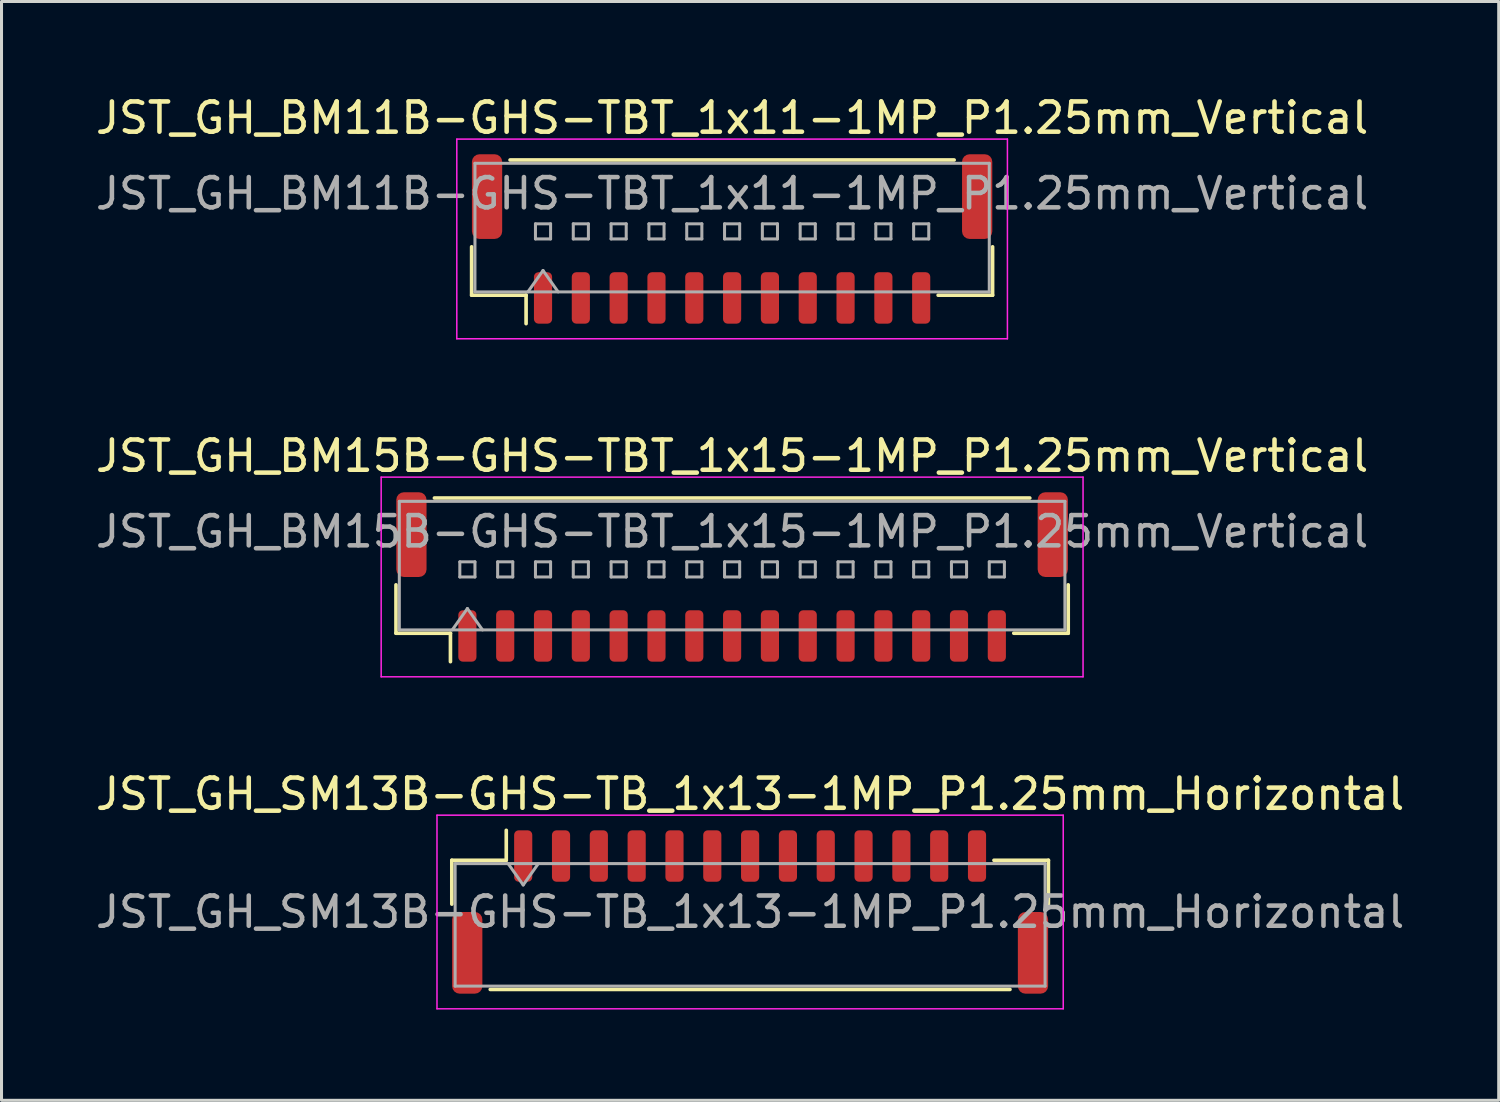
<source format=kicad_pcb>
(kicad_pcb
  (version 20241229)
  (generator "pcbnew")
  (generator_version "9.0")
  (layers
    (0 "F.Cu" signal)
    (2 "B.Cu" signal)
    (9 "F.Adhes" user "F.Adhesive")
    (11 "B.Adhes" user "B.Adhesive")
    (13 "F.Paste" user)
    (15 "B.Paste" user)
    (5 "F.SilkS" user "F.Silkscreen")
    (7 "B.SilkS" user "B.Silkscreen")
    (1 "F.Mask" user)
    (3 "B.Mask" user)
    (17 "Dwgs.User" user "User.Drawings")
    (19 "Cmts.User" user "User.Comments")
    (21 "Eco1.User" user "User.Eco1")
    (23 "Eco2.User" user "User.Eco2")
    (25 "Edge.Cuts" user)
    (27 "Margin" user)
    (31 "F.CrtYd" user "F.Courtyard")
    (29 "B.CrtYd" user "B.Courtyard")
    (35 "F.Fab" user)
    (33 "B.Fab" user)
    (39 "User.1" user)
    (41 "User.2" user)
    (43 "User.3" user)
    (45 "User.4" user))
  (footprint "JST_GH_BM11B-GHS-TBT_1x11-1MP_P1.25mm_Vertical"
    (layer "F.Cu")
    (at 21.149 4.848)
    (property "Reference" "JST_GH_BM11B-GHS-TBT_1x11-1MP_P1.25mm_Vertical" (at 0 -4 0) (layer "F.SilkS") (effects (font (size 1 1) (thickness 0.15))))
    (attr smd)
    (fp_line (start -8.61 0.26) (end -8.61 1.86) (stroke (width 0.12) (type solid)) (layer "F.SilkS"))
    (fp_line (start -8.61 1.86) (end -6.81 1.86) (stroke (width 0.12) (type solid)) (layer "F.SilkS"))
    (fp_line (start -7.34 -2.61) (end 7.34 -2.61) (stroke (width 0.12) (type solid)) (layer "F.SilkS"))
    (fp_line (start -6.81 1.86) (end -6.81 2.8) (stroke (width 0.12) (type solid)) (layer "F.SilkS"))
    (fp_line (start 8.61 0.26) (end 8.61 1.86) (stroke (width 0.12) (type solid)) (layer "F.SilkS"))
    (fp_line (start 8.61 1.86) (end 6.81 1.86) (stroke (width 0.12) (type solid)) (layer "F.SilkS"))
    (fp_line (start -9.1 -3.3) (end -9.1 3.3) (stroke (width 0.05) (type solid)) (layer "F.CrtYd"))
    (fp_line (start -9.1 3.3) (end 9.1 3.3) (stroke (width 0.05) (type solid)) (layer "F.CrtYd"))
    (fp_line (start 9.1 -3.3) (end -9.1 -3.3) (stroke (width 0.05) (type solid)) (layer "F.CrtYd"))
    (fp_line (start 9.1 3.3) (end 9.1 -3.3) (stroke (width 0.05) (type solid)) (layer "F.CrtYd"))
    (fp_line (start -8.5 -2.5) (end 8.5 -2.5) (stroke (width 0.1) (type solid)) (layer "F.Fab"))
    (fp_line (start -8.5 1.75) (end -8.5 -2.5) (stroke (width 0.1) (type solid)) (layer "F.Fab"))
    (fp_line (start -8.5 1.75) (end 8.5 1.75) (stroke (width 0.1) (type solid)) (layer "F.Fab"))
    (fp_line (start -6.75 1.75) (end -6.25 1.043) (stroke (width 0.1) (type solid)) (layer "F.Fab"))
    (fp_line (start -6.5 -0.5) (end -6.5 0) (stroke (width 0.1) (type solid)) (layer "F.Fab"))
    (fp_line (start -6.5 0) (end -6 0) (stroke (width 0.1) (type solid)) (layer "F.Fab"))
    (fp_line (start -6.25 1.043) (end -5.75 1.75) (stroke (width 0.1) (type solid)) (layer "F.Fab"))
    (fp_line (start -6 -0.5) (end -6.5 -0.5) (stroke (width 0.1) (type solid)) (layer "F.Fab"))
    (fp_line (start -6 0) (end -6 -0.5) (stroke (width 0.1) (type solid)) (layer "F.Fab"))
    (fp_line (start -5.25 -0.5) (end -5.25 0) (stroke (width 0.1) (type solid)) (layer "F.Fab"))
    (fp_line (start -5.25 0) (end -4.75 0) (stroke (width 0.1) (type solid)) (layer "F.Fab"))
    (fp_line (start -4.75 -0.5) (end -5.25 -0.5) (stroke (width 0.1) (type solid)) (layer "F.Fab"))
    (fp_line (start -4.75 0) (end -4.75 -0.5) (stroke (width 0.1) (type solid)) (layer "F.Fab"))
    (fp_line (start -4 -0.5) (end -4 0) (stroke (width 0.1) (type solid)) (layer "F.Fab"))
    (fp_line (start -4 0) (end -3.5 0) (stroke (width 0.1) (type solid)) (layer "F.Fab"))
    (fp_line (start -3.5 -0.5) (end -4 -0.5) (stroke (width 0.1) (type solid)) (layer "F.Fab"))
    (fp_line (start -3.5 0) (end -3.5 -0.5) (stroke (width 0.1) (type solid)) (layer "F.Fab"))
    (fp_line (start -2.75 -0.5) (end -2.75 0) (stroke (width 0.1) (type solid)) (layer "F.Fab"))
    (fp_line (start -2.75 0) (end -2.25 0) (stroke (width 0.1) (type solid)) (layer "F.Fab"))
    (fp_line (start -2.25 -0.5) (end -2.75 -0.5) (stroke (width 0.1) (type solid)) (layer "F.Fab"))
    (fp_line (start -2.25 0) (end -2.25 -0.5) (stroke (width 0.1) (type solid)) (layer "F.Fab"))
    (fp_line (start -1.5 -0.5) (end -1.5 0) (stroke (width 0.1) (type solid)) (layer "F.Fab"))
    (fp_line (start -1.5 0) (end -1 0) (stroke (width 0.1) (type solid)) (layer "F.Fab"))
    (fp_line (start -1 -0.5) (end -1.5 -0.5) (stroke (width 0.1) (type solid)) (layer "F.Fab"))
    (fp_line (start -1 0) (end -1 -0.5) (stroke (width 0.1) (type solid)) (layer "F.Fab"))
    (fp_line (start -0.25 -0.5) (end -0.25 0) (stroke (width 0.1) (type solid)) (layer "F.Fab"))
    (fp_line (start -0.25 0) (end 0.25 0) (stroke (width 0.1) (type solid)) (layer "F.Fab"))
    (fp_line (start 0.25 -0.5) (end -0.25 -0.5) (stroke (width 0.1) (type solid)) (layer "F.Fab"))
    (fp_line (start 0.25 0) (end 0.25 -0.5) (stroke (width 0.1) (type solid)) (layer "F.Fab"))
    (fp_line (start 1 -0.5) (end 1 0) (stroke (width 0.1) (type solid)) (layer "F.Fab"))
    (fp_line (start 1 0) (end 1.5 0) (stroke (width 0.1) (type solid)) (layer "F.Fab"))
    (fp_line (start 1.5 -0.5) (end 1 -0.5) (stroke (width 0.1) (type solid)) (layer "F.Fab"))
    (fp_line (start 1.5 0) (end 1.5 -0.5) (stroke (width 0.1) (type solid)) (layer "F.Fab"))
    (fp_line (start 2.25 -0.5) (end 2.25 0) (stroke (width 0.1) (type solid)) (layer "F.Fab"))
    (fp_line (start 2.25 0) (end 2.75 0) (stroke (width 0.1) (type solid)) (layer "F.Fab"))
    (fp_line (start 2.75 -0.5) (end 2.25 -0.5) (stroke (width 0.1) (type solid)) (layer "F.Fab"))
    (fp_line (start 2.75 0) (end 2.75 -0.5) (stroke (width 0.1) (type solid)) (layer "F.Fab"))
    (fp_line (start 3.5 -0.5) (end 3.5 0) (stroke (width 0.1) (type solid)) (layer "F.Fab"))
    (fp_line (start 3.5 0) (end 4 0) (stroke (width 0.1) (type solid)) (layer "F.Fab"))
    (fp_line (start 4 -0.5) (end 3.5 -0.5) (stroke (width 0.1) (type solid)) (layer "F.Fab"))
    (fp_line (start 4 0) (end 4 -0.5) (stroke (width 0.1) (type solid)) (layer "F.Fab"))
    (fp_line (start 4.75 -0.5) (end 4.75 0) (stroke (width 0.1) (type solid)) (layer "F.Fab"))
    (fp_line (start 4.75 0) (end 5.25 0) (stroke (width 0.1) (type solid)) (layer "F.Fab"))
    (fp_line (start 5.25 -0.5) (end 4.75 -0.5) (stroke (width 0.1) (type solid)) (layer "F.Fab"))
    (fp_line (start 5.25 0) (end 5.25 -0.5) (stroke (width 0.1) (type solid)) (layer "F.Fab"))
    (fp_line (start 6 -0.5) (end 6 0) (stroke (width 0.1) (type solid)) (layer "F.Fab"))
    (fp_line (start 6 0) (end 6.5 0) (stroke (width 0.1) (type solid)) (layer "F.Fab"))
    (fp_line (start 6.5 -0.5) (end 6 -0.5) (stroke (width 0.1) (type solid)) (layer "F.Fab"))
    (fp_line (start 6.5 0) (end 6.5 -0.5) (stroke (width 0.1) (type solid)) (layer "F.Fab"))
    (fp_line (start 8.5 1.75) (end 8.5 -2.5) (stroke (width 0.1) (type solid)) (layer "F.Fab"))
    (fp_text user "${REFERENCE}" (at 0 -1.5 0) (layer "F.Fab") (effects (font (size 1 1) (thickness 0.15))))
    (pad "1" smd roundrect (at -6.25 1.95) (size 0.6 1.7) (layers "F.Cu" "F.Mask" "F.Paste") (roundrect_rratio 0.25))
    (pad "2" smd roundrect (at -5 1.95) (size 0.6 1.7) (layers "F.Cu" "F.Mask" "F.Paste") (roundrect_rratio 0.25))
    (pad "3" smd roundrect (at -3.75 1.95) (size 0.6 1.7) (layers "F.Cu" "F.Mask" "F.Paste") (roundrect_rratio 0.25))
    (pad "4" smd roundrect (at -2.5 1.95) (size 0.6 1.7) (layers "F.Cu" "F.Mask" "F.Paste") (roundrect_rratio 0.25))
    (pad "5" smd roundrect (at -1.25 1.95) (size 0.6 1.7) (layers "F.Cu" "F.Mask" "F.Paste") (roundrect_rratio 0.25))
    (pad "6" smd roundrect (at 0 1.95) (size 0.6 1.7) (layers "F.Cu" "F.Mask" "F.Paste") (roundrect_rratio 0.25))
    (pad "7" smd roundrect (at 1.25 1.95) (size 0.6 1.7) (layers "F.Cu" "F.Mask" "F.Paste") (roundrect_rratio 0.25))
    (pad "8" smd roundrect (at 2.5 1.95) (size 0.6 1.7) (layers "F.Cu" "F.Mask" "F.Paste") (roundrect_rratio 0.25))
    (pad "9" smd roundrect (at 3.75 1.95) (size 0.6 1.7) (layers "F.Cu" "F.Mask" "F.Paste") (roundrect_rratio 0.25))
    (pad "10" smd roundrect (at 5 1.95) (size 0.6 1.7) (layers "F.Cu" "F.Mask" "F.Paste") (roundrect_rratio 0.25))
    (pad "11" smd roundrect (at 6.25 1.95) (size 0.6 1.7) (layers "F.Cu" "F.Mask" "F.Paste") (roundrect_rratio 0.25))
    (pad "MP" smd roundrect (at -8.1 -1.4) (size 1 2.8) (layers "F.Cu" "F.Mask" "F.Paste") (roundrect_rratio 0.25))
    (pad "MP" smd roundrect (at 8.1 -1.4) (size 1 2.8) (layers "F.Cu" "F.Mask" "F.Paste") (roundrect_rratio 0.25)))
  (footprint "JST_GH_BM15B-GHS-TBT_1x15-1MP_P1.25mm_Vertical"
    (layer "F.Cu")
    (at 21.149 16.021)
    (property "Reference" "JST_GH_BM15B-GHS-TBT_1x15-1MP_P1.25mm_Vertical" (at 0 -4 0) (layer "F.SilkS") (effects (font (size 1 1) (thickness 0.15))))
    (attr smd)
    (fp_line (start -11.11 0.26) (end -11.11 1.86) (stroke (width 0.12) (type solid)) (layer "F.SilkS"))
    (fp_line (start -11.11 1.86) (end -9.31 1.86) (stroke (width 0.12) (type solid)) (layer "F.SilkS"))
    (fp_line (start -9.84 -2.61) (end 9.84 -2.61) (stroke (width 0.12) (type solid)) (layer "F.SilkS"))
    (fp_line (start -9.31 1.86) (end -9.31 2.8) (stroke (width 0.12) (type solid)) (layer "F.SilkS"))
    (fp_line (start 11.11 0.26) (end 11.11 1.86) (stroke (width 0.12) (type solid)) (layer "F.SilkS"))
    (fp_line (start 11.11 1.86) (end 9.31 1.86) (stroke (width 0.12) (type solid)) (layer "F.SilkS"))
    (fp_line (start -11.6 -3.3) (end -11.6 3.3) (stroke (width 0.05) (type solid)) (layer "F.CrtYd"))
    (fp_line (start -11.6 3.3) (end 11.6 3.3) (stroke (width 0.05) (type solid)) (layer "F.CrtYd"))
    (fp_line (start 11.6 -3.3) (end -11.6 -3.3) (stroke (width 0.05) (type solid)) (layer "F.CrtYd"))
    (fp_line (start 11.6 3.3) (end 11.6 -3.3) (stroke (width 0.05) (type solid)) (layer "F.CrtYd"))
    (fp_line (start -11 -2.5) (end 11 -2.5) (stroke (width 0.1) (type solid)) (layer "F.Fab"))
    (fp_line (start -11 1.75) (end -11 -2.5) (stroke (width 0.1) (type solid)) (layer "F.Fab"))
    (fp_line (start -11 1.75) (end 11 1.75) (stroke (width 0.1) (type solid)) (layer "F.Fab"))
    (fp_line (start -9.25 1.75) (end -8.75 1.043) (stroke (width 0.1) (type solid)) (layer "F.Fab"))
    (fp_line (start -9 -0.5) (end -9 0) (stroke (width 0.1) (type solid)) (layer "F.Fab"))
    (fp_line (start -9 0) (end -8.5 0) (stroke (width 0.1) (type solid)) (layer "F.Fab"))
    (fp_line (start -8.75 1.043) (end -8.25 1.75) (stroke (width 0.1) (type solid)) (layer "F.Fab"))
    (fp_line (start -8.5 -0.5) (end -9 -0.5) (stroke (width 0.1) (type solid)) (layer "F.Fab"))
    (fp_line (start -8.5 0) (end -8.5 -0.5) (stroke (width 0.1) (type solid)) (layer "F.Fab"))
    (fp_line (start -7.75 -0.5) (end -7.75 0) (stroke (width 0.1) (type solid)) (layer "F.Fab"))
    (fp_line (start -7.75 0) (end -7.25 0) (stroke (width 0.1) (type solid)) (layer "F.Fab"))
    (fp_line (start -7.25 -0.5) (end -7.75 -0.5) (stroke (width 0.1) (type solid)) (layer "F.Fab"))
    (fp_line (start -7.25 0) (end -7.25 -0.5) (stroke (width 0.1) (type solid)) (layer "F.Fab"))
    (fp_line (start -6.5 -0.5) (end -6.5 0) (stroke (width 0.1) (type solid)) (layer "F.Fab"))
    (fp_line (start -6.5 0) (end -6 0) (stroke (width 0.1) (type solid)) (layer "F.Fab"))
    (fp_line (start -6 -0.5) (end -6.5 -0.5) (stroke (width 0.1) (type solid)) (layer "F.Fab"))
    (fp_line (start -6 0) (end -6 -0.5) (stroke (width 0.1) (type solid)) (layer "F.Fab"))
    (fp_line (start -5.25 -0.5) (end -5.25 0) (stroke (width 0.1) (type solid)) (layer "F.Fab"))
    (fp_line (start -5.25 0) (end -4.75 0) (stroke (width 0.1) (type solid)) (layer "F.Fab"))
    (fp_line (start -4.75 -0.5) (end -5.25 -0.5) (stroke (width 0.1) (type solid)) (layer "F.Fab"))
    (fp_line (start -4.75 0) (end -4.75 -0.5) (stroke (width 0.1) (type solid)) (layer "F.Fab"))
    (fp_line (start -4 -0.5) (end -4 0) (stroke (width 0.1) (type solid)) (layer "F.Fab"))
    (fp_line (start -4 0) (end -3.5 0) (stroke (width 0.1) (type solid)) (layer "F.Fab"))
    (fp_line (start -3.5 -0.5) (end -4 -0.5) (stroke (width 0.1) (type solid)) (layer "F.Fab"))
    (fp_line (start -3.5 0) (end -3.5 -0.5) (stroke (width 0.1) (type solid)) (layer "F.Fab"))
    (fp_line (start -2.75 -0.5) (end -2.75 0) (stroke (width 0.1) (type solid)) (layer "F.Fab"))
    (fp_line (start -2.75 0) (end -2.25 0) (stroke (width 0.1) (type solid)) (layer "F.Fab"))
    (fp_line (start -2.25 -0.5) (end -2.75 -0.5) (stroke (width 0.1) (type solid)) (layer "F.Fab"))
    (fp_line (start -2.25 0) (end -2.25 -0.5) (stroke (width 0.1) (type solid)) (layer "F.Fab"))
    (fp_line (start -1.5 -0.5) (end -1.5 0) (stroke (width 0.1) (type solid)) (layer "F.Fab"))
    (fp_line (start -1.5 0) (end -1 0) (stroke (width 0.1) (type solid)) (layer "F.Fab"))
    (fp_line (start -1 -0.5) (end -1.5 -0.5) (stroke (width 0.1) (type solid)) (layer "F.Fab"))
    (fp_line (start -1 0) (end -1 -0.5) (stroke (width 0.1) (type solid)) (layer "F.Fab"))
    (fp_line (start -0.25 -0.5) (end -0.25 0) (stroke (width 0.1) (type solid)) (layer "F.Fab"))
    (fp_line (start -0.25 0) (end 0.25 0) (stroke (width 0.1) (type solid)) (layer "F.Fab"))
    (fp_line (start 0.25 -0.5) (end -0.25 -0.5) (stroke (width 0.1) (type solid)) (layer "F.Fab"))
    (fp_line (start 0.25 0) (end 0.25 -0.5) (stroke (width 0.1) (type solid)) (layer "F.Fab"))
    (fp_line (start 1 -0.5) (end 1 0) (stroke (width 0.1) (type solid)) (layer "F.Fab"))
    (fp_line (start 1 0) (end 1.5 0) (stroke (width 0.1) (type solid)) (layer "F.Fab"))
    (fp_line (start 1.5 -0.5) (end 1 -0.5) (stroke (width 0.1) (type solid)) (layer "F.Fab"))
    (fp_line (start 1.5 0) (end 1.5 -0.5) (stroke (width 0.1) (type solid)) (layer "F.Fab"))
    (fp_line (start 2.25 -0.5) (end 2.25 0) (stroke (width 0.1) (type solid)) (layer "F.Fab"))
    (fp_line (start 2.25 0) (end 2.75 0) (stroke (width 0.1) (type solid)) (layer "F.Fab"))
    (fp_line (start 2.75 -0.5) (end 2.25 -0.5) (stroke (width 0.1) (type solid)) (layer "F.Fab"))
    (fp_line (start 2.75 0) (end 2.75 -0.5) (stroke (width 0.1) (type solid)) (layer "F.Fab"))
    (fp_line (start 3.5 -0.5) (end 3.5 0) (stroke (width 0.1) (type solid)) (layer "F.Fab"))
    (fp_line (start 3.5 0) (end 4 0) (stroke (width 0.1) (type solid)) (layer "F.Fab"))
    (fp_line (start 4 -0.5) (end 3.5 -0.5) (stroke (width 0.1) (type solid)) (layer "F.Fab"))
    (fp_line (start 4 0) (end 4 -0.5) (stroke (width 0.1) (type solid)) (layer "F.Fab"))
    (fp_line (start 4.75 -0.5) (end 4.75 0) (stroke (width 0.1) (type solid)) (layer "F.Fab"))
    (fp_line (start 4.75 0) (end 5.25 0) (stroke (width 0.1) (type solid)) (layer "F.Fab"))
    (fp_line (start 5.25 -0.5) (end 4.75 -0.5) (stroke (width 0.1) (type solid)) (layer "F.Fab"))
    (fp_line (start 5.25 0) (end 5.25 -0.5) (stroke (width 0.1) (type solid)) (layer "F.Fab"))
    (fp_line (start 6 -0.5) (end 6 0) (stroke (width 0.1) (type solid)) (layer "F.Fab"))
    (fp_line (start 6 0) (end 6.5 0) (stroke (width 0.1) (type solid)) (layer "F.Fab"))
    (fp_line (start 6.5 -0.5) (end 6 -0.5) (stroke (width 0.1) (type solid)) (layer "F.Fab"))
    (fp_line (start 6.5 0) (end 6.5 -0.5) (stroke (width 0.1) (type solid)) (layer "F.Fab"))
    (fp_line (start 7.25 -0.5) (end 7.25 0) (stroke (width 0.1) (type solid)) (layer "F.Fab"))
    (fp_line (start 7.25 0) (end 7.75 0) (stroke (width 0.1) (type solid)) (layer "F.Fab"))
    (fp_line (start 7.75 -0.5) (end 7.25 -0.5) (stroke (width 0.1) (type solid)) (layer "F.Fab"))
    (fp_line (start 7.75 0) (end 7.75 -0.5) (stroke (width 0.1) (type solid)) (layer "F.Fab"))
    (fp_line (start 8.5 -0.5) (end 8.5 0) (stroke (width 0.1) (type solid)) (layer "F.Fab"))
    (fp_line (start 8.5 0) (end 9 0) (stroke (width 0.1) (type solid)) (layer "F.Fab"))
    (fp_line (start 9 -0.5) (end 8.5 -0.5) (stroke (width 0.1) (type solid)) (layer "F.Fab"))
    (fp_line (start 9 0) (end 9 -0.5) (stroke (width 0.1) (type solid)) (layer "F.Fab"))
    (fp_line (start 11 1.75) (end 11 -2.5) (stroke (width 0.1) (type solid)) (layer "F.Fab"))
    (fp_text user "${REFERENCE}" (at 0 -1.5 0) (layer "F.Fab") (effects (font (size 1 1) (thickness 0.15))))
    (pad "1" smd roundrect (at -8.75 1.95) (size 0.6 1.7) (layers "F.Cu" "F.Mask" "F.Paste") (roundrect_rratio 0.25))
    (pad "2" smd roundrect (at -7.5 1.95) (size 0.6 1.7) (layers "F.Cu" "F.Mask" "F.Paste") (roundrect_rratio 0.25))
    (pad "3" smd roundrect (at -6.25 1.95) (size 0.6 1.7) (layers "F.Cu" "F.Mask" "F.Paste") (roundrect_rratio 0.25))
    (pad "4" smd roundrect (at -5 1.95) (size 0.6 1.7) (layers "F.Cu" "F.Mask" "F.Paste") (roundrect_rratio 0.25))
    (pad "5" smd roundrect (at -3.75 1.95) (size 0.6 1.7) (layers "F.Cu" "F.Mask" "F.Paste") (roundrect_rratio 0.25))
    (pad "6" smd roundrect (at -2.5 1.95) (size 0.6 1.7) (layers "F.Cu" "F.Mask" "F.Paste") (roundrect_rratio 0.25))
    (pad "7" smd roundrect (at -1.25 1.95) (size 0.6 1.7) (layers "F.Cu" "F.Mask" "F.Paste") (roundrect_rratio 0.25))
    (pad "8" smd roundrect (at 0 1.95) (size 0.6 1.7) (layers "F.Cu" "F.Mask" "F.Paste") (roundrect_rratio 0.25))
    (pad "9" smd roundrect (at 1.25 1.95) (size 0.6 1.7) (layers "F.Cu" "F.Mask" "F.Paste") (roundrect_rratio 0.25))
    (pad "10" smd roundrect (at 2.5 1.95) (size 0.6 1.7) (layers "F.Cu" "F.Mask" "F.Paste") (roundrect_rratio 0.25))
    (pad "11" smd roundrect (at 3.75 1.95) (size 0.6 1.7) (layers "F.Cu" "F.Mask" "F.Paste") (roundrect_rratio 0.25))
    (pad "12" smd roundrect (at 5 1.95) (size 0.6 1.7) (layers "F.Cu" "F.Mask" "F.Paste") (roundrect_rratio 0.25))
    (pad "13" smd roundrect (at 6.25 1.95) (size 0.6 1.7) (layers "F.Cu" "F.Mask" "F.Paste") (roundrect_rratio 0.25))
    (pad "14" smd roundrect (at 7.5 1.95) (size 0.6 1.7) (layers "F.Cu" "F.Mask" "F.Paste") (roundrect_rratio 0.25))
    (pad "15" smd roundrect (at 8.75 1.95) (size 0.6 1.7) (layers "F.Cu" "F.Mask" "F.Paste") (roundrect_rratio 0.25))
    (pad "MP" smd roundrect (at -10.6 -1.4) (size 1 2.8) (layers "F.Cu" "F.Mask" "F.Paste") (roundrect_rratio 0.25))
    (pad "MP" smd roundrect (at 10.6 -1.4) (size 1 2.8) (layers "F.Cu" "F.Mask" "F.Paste") (roundrect_rratio 0.25)))
  (footprint "JST_GH_SM13B-GHS-TB_1x13-1MP_P1.25mm_Horizontal"
    (layer "F.Cu")
    (at 21.744 27.095)
    (property "Reference" "JST_GH_SM13B-GHS-TB_1x13-1MP_P1.25mm_Horizontal" (at 0 -3.9 0) (layer "F.SilkS") (effects (font (size 1 1) (thickness 0.15))))
    (attr smd)
    (fp_line (start -9.86 -1.71) (end -8.06 -1.71) (stroke (width 0.12) (type solid)) (layer "F.SilkS"))
    (fp_line (start -9.86 -0.26) (end -9.86 -1.71) (stroke (width 0.12) (type solid)) (layer "F.SilkS"))
    (fp_line (start -8.59 2.56) (end 8.59 2.56) (stroke (width 0.12) (type solid)) (layer "F.SilkS"))
    (fp_line (start -8.06 -1.71) (end -8.06 -2.7) (stroke (width 0.12) (type solid)) (layer "F.SilkS"))
    (fp_line (start 9.86 -1.71) (end 8.06 -1.71) (stroke (width 0.12) (type solid)) (layer "F.SilkS"))
    (fp_line (start 9.86 -0.26) (end 9.86 -1.71) (stroke (width 0.12) (type solid)) (layer "F.SilkS"))
    (fp_line (start -10.35 -3.2) (end -10.35 3.2) (stroke (width 0.05) (type solid)) (layer "F.CrtYd"))
    (fp_line (start -10.35 3.2) (end 10.35 3.2) (stroke (width 0.05) (type solid)) (layer "F.CrtYd"))
    (fp_line (start 10.35 -3.2) (end -10.35 -3.2) (stroke (width 0.05) (type solid)) (layer "F.CrtYd"))
    (fp_line (start 10.35 3.2) (end 10.35 -3.2) (stroke (width 0.05) (type solid)) (layer "F.CrtYd"))
    (fp_line (start -9.75 -1.6) (end -9.75 2.45) (stroke (width 0.1) (type solid)) (layer "F.Fab"))
    (fp_line (start -9.75 -1.6) (end 9.75 -1.6) (stroke (width 0.1) (type solid)) (layer "F.Fab"))
    (fp_line (start -9.75 2.45) (end 9.75 2.45) (stroke (width 0.1) (type solid)) (layer "F.Fab"))
    (fp_line (start -8 -1.6) (end -7.5 -0.893) (stroke (width 0.1) (type solid)) (layer "F.Fab"))
    (fp_line (start -7.5 -0.893) (end -7 -1.6) (stroke (width 0.1) (type solid)) (layer "F.Fab"))
    (fp_line (start 9.75 -1.6) (end 9.75 2.45) (stroke (width 0.1) (type solid)) (layer "F.Fab"))
    (fp_text user "${REFERENCE}" (at 0 0 0) (layer "F.Fab") (effects (font (size 1 1) (thickness 0.15))))
    (pad "1" smd roundrect (at -7.5 -1.85) (size 0.6 1.7) (layers "F.Cu" "F.Mask" "F.Paste") (roundrect_rratio 0.25))
    (pad "2" smd roundrect (at -6.25 -1.85) (size 0.6 1.7) (layers "F.Cu" "F.Mask" "F.Paste") (roundrect_rratio 0.25))
    (pad "3" smd roundrect (at -5 -1.85) (size 0.6 1.7) (layers "F.Cu" "F.Mask" "F.Paste") (roundrect_rratio 0.25))
    (pad "4" smd roundrect (at -3.75 -1.85) (size 0.6 1.7) (layers "F.Cu" "F.Mask" "F.Paste") (roundrect_rratio 0.25))
    (pad "5" smd roundrect (at -2.5 -1.85) (size 0.6 1.7) (layers "F.Cu" "F.Mask" "F.Paste") (roundrect_rratio 0.25))
    (pad "6" smd roundrect (at -1.25 -1.85) (size 0.6 1.7) (layers "F.Cu" "F.Mask" "F.Paste") (roundrect_rratio 0.25))
    (pad "7" smd roundrect (at 0 -1.85) (size 0.6 1.7) (layers "F.Cu" "F.Mask" "F.Paste") (roundrect_rratio 0.25))
    (pad "8" smd roundrect (at 1.25 -1.85) (size 0.6 1.7) (layers "F.Cu" "F.Mask" "F.Paste") (roundrect_rratio 0.25))
    (pad "9" smd roundrect (at 2.5 -1.85) (size 0.6 1.7) (layers "F.Cu" "F.Mask" "F.Paste") (roundrect_rratio 0.25))
    (pad "10" smd roundrect (at 3.75 -1.85) (size 0.6 1.7) (layers "F.Cu" "F.Mask" "F.Paste") (roundrect_rratio 0.25))
    (pad "11" smd roundrect (at 5 -1.85) (size 0.6 1.7) (layers "F.Cu" "F.Mask" "F.Paste") (roundrect_rratio 0.25))
    (pad "12" smd roundrect (at 6.25 -1.85) (size 0.6 1.7) (layers "F.Cu" "F.Mask" "F.Paste") (roundrect_rratio 0.25))
    (pad "13" smd roundrect (at 7.5 -1.85) (size 0.6 1.7) (layers "F.Cu" "F.Mask" "F.Paste") (roundrect_rratio 0.25))
    (pad "MP" smd roundrect (at -9.35 1.35) (size 1 2.7) (layers "F.Cu" "F.Mask" "F.Paste") (roundrect_rratio 0.25))
    (pad "MP" smd roundrect (at 9.35 1.35) (size 1 2.7) (layers "F.Cu" "F.Mask" "F.Paste") (roundrect_rratio 0.25)))
  (gr_rect
    (start -3 -3)
    (end 46.488 33.32)
    (stroke (width 0.1) (type default))
    (fill no)
    (layer "Edge.Cuts")))
</source>
